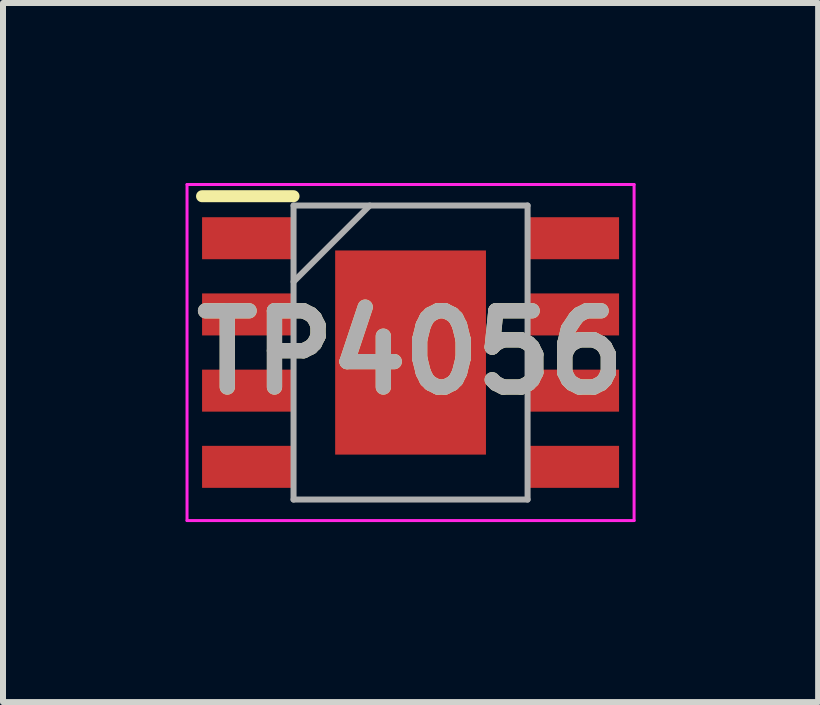
<source format=kicad_pcb>
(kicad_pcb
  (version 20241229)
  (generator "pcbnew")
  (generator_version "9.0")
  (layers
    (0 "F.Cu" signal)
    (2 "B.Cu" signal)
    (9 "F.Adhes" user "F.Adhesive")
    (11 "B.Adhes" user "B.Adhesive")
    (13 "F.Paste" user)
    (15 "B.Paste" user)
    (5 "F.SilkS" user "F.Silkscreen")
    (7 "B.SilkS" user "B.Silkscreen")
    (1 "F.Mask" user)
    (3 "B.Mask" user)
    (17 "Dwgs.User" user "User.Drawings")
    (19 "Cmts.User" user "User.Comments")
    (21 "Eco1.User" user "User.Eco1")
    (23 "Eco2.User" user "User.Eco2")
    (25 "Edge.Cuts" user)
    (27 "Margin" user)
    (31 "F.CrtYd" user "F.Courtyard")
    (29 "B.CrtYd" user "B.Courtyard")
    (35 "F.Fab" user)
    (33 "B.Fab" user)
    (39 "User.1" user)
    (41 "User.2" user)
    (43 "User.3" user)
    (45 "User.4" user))
  (footprint "TP4056"
    (layer "F.Cu")
    (at 3.792 2.825)
    (property "Reference" "TP4056" (at 0 0 0) (layer "F.SilkS") (effects (font (size 1.27 1.27) (thickness 0.254))))
    (attr smd)
    (fp_line (start -3.475 -2.605) (end -1.95 -2.605) (stroke (width 0.2) (type solid)) (layer "F.SilkS"))
    (fp_line (start -3.725 -2.8) (end 3.725 -2.8) (stroke (width 0.05) (type solid)) (layer "F.CrtYd"))
    (fp_line (start -3.725 2.8) (end -3.725 -2.8) (stroke (width 0.05) (type solid)) (layer "F.CrtYd"))
    (fp_line (start 3.725 -2.8) (end 3.725 2.8) (stroke (width 0.05) (type solid)) (layer "F.CrtYd"))
    (fp_line (start 3.725 2.8) (end -3.725 2.8) (stroke (width 0.05) (type solid)) (layer "F.CrtYd"))
    (fp_line (start -1.95 -2.45) (end 1.95 -2.45) (stroke (width 0.1) (type solid)) (layer "F.Fab"))
    (fp_line (start -1.95 -1.18) (end -0.68 -2.45) (stroke (width 0.1) (type solid)) (layer "F.Fab"))
    (fp_line (start -1.95 2.45) (end -1.95 -2.45) (stroke (width 0.1) (type solid)) (layer "F.Fab"))
    (fp_line (start 1.95 -2.45) (end 1.95 2.45) (stroke (width 0.1) (type solid)) (layer "F.Fab"))
    (fp_line (start 1.95 2.45) (end -1.95 2.45) (stroke (width 0.1) (type solid)) (layer "F.Fab"))
    (fp_text user "${REFERENCE}" (at 0 0 0) (layer "F.Fab") (effects (font (size 1.27 1.27) (thickness 0.254))))
    (pad "1" smd rect (at -2.712 -1.905 90) (size 0.7 1.525) (layers "F.Cu" "F.Mask" "F.Paste"))
    (pad "2" smd rect (at -2.712 -0.635 90) (size 0.7 1.525) (layers "F.Cu" "F.Mask" "F.Paste"))
    (pad "3" smd rect (at -2.712 0.635 90) (size 0.7 1.525) (layers "F.Cu" "F.Mask" "F.Paste"))
    (pad "4" smd rect (at -2.712 1.905 90) (size 0.7 1.525) (layers "F.Cu" "F.Mask" "F.Paste"))
    (pad "5" smd rect (at 2.712 1.905 90) (size 0.7 1.525) (layers "F.Cu" "F.Mask" "F.Paste"))
    (pad "6" smd rect (at 2.712 0.635 90) (size 0.7 1.525) (layers "F.Cu" "F.Mask" "F.Paste"))
    (pad "7" smd rect (at 2.712 -0.635 90) (size 0.7 1.525) (layers "F.Cu" "F.Mask" "F.Paste"))
    (pad "8" smd rect (at 2.712 -1.905 90) (size 0.7 1.525) (layers "F.Cu" "F.Mask" "F.Paste"))
    (pad "9" smd rect (at 0 0) (size 2.513 3.402) (layers "F.Cu" "F.Mask" "F.Paste")))
  (gr_rect
    (start -3 -3)
    (end 10.584 8.65)
    (stroke (width 0.1) (type default))
    (fill no)
    (layer "Edge.Cuts")))
</source>
